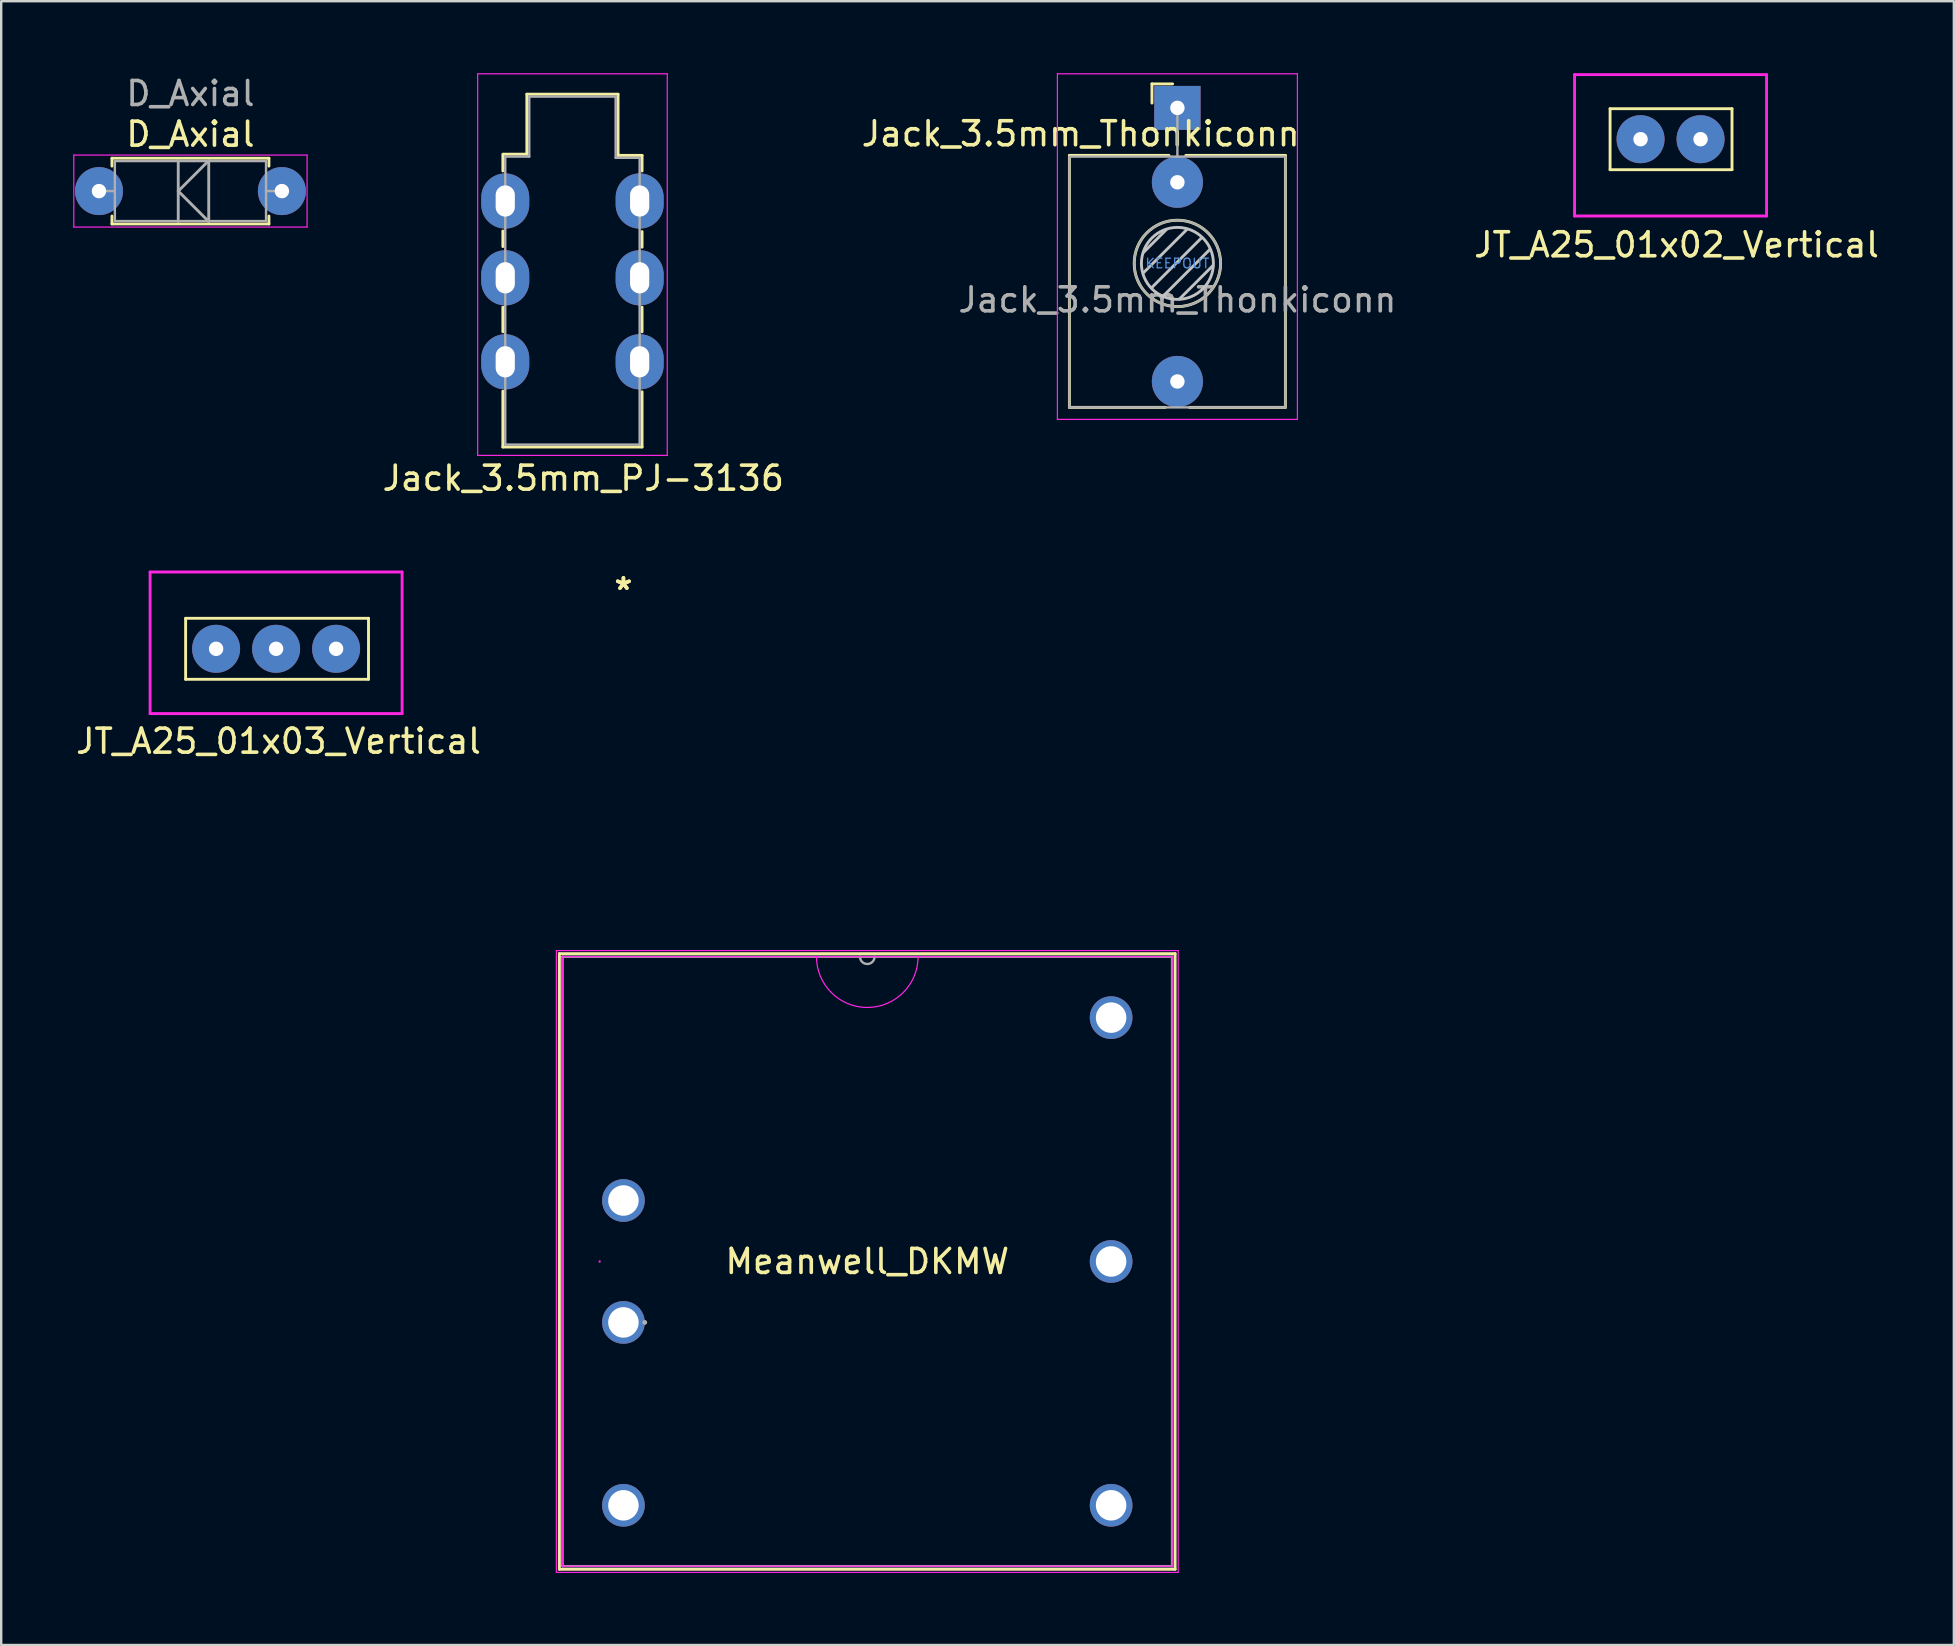
<source format=kicad_pcb>
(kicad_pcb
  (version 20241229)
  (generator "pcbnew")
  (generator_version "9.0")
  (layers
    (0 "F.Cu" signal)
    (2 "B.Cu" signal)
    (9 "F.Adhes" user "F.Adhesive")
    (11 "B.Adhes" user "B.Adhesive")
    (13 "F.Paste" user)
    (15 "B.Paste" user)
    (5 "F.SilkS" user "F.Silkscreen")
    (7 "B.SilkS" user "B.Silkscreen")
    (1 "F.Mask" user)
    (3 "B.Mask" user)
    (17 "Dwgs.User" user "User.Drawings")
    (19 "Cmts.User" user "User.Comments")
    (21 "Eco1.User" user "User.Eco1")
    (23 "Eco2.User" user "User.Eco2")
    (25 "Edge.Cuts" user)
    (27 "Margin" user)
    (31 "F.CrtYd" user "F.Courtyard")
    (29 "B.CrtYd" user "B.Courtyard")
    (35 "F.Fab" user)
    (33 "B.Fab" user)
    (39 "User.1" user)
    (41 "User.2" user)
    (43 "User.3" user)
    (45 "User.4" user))
  (footprint "D_Axial"
    (layer "F.Cu")
    (at 1.075 4.912)
    (property "Reference" "D_Axial" (at 3.81 -2.37 0) (layer "F.SilkS") (effects (font (size 1 1) (thickness 0.15))))
    (attr through_hole)
    (fp_line (start 0.54 -1.37) (end 7.08 -1.37) (stroke (width 0.12) (type solid)) (layer "F.SilkS"))
    (fp_line (start 0.54 -1.04) (end 0.54 -1.37) (stroke (width 0.12) (type solid)) (layer "F.SilkS"))
    (fp_line (start 0.54 1.04) (end 0.54 1.37) (stroke (width 0.12) (type solid)) (layer "F.SilkS"))
    (fp_line (start 0.54 1.37) (end 7.08 1.37) (stroke (width 0.12) (type solid)) (layer "F.SilkS"))
    (fp_line (start 7.08 -1.37) (end 7.08 -1.04) (stroke (width 0.12) (type solid)) (layer "F.SilkS"))
    (fp_line (start 7.08 1.37) (end 7.08 1.04) (stroke (width 0.12) (type solid)) (layer "F.SilkS"))
    (fp_line (start -1.05 -1.5) (end -1.05 1.5) (stroke (width 0.05) (type solid)) (layer "F.CrtYd"))
    (fp_line (start -1.05 1.5) (end 8.67 1.5) (stroke (width 0.05) (type solid)) (layer "F.CrtYd"))
    (fp_line (start 8.67 -1.5) (end -1.05 -1.5) (stroke (width 0.05) (type solid)) (layer "F.CrtYd"))
    (fp_line (start 8.67 1.5) (end 8.67 -1.5) (stroke (width 0.05) (type solid)) (layer "F.CrtYd"))
    (fp_line (start 0 0) (end 0.66 0) (stroke (width 0.1) (type solid)) (layer "F.Fab"))
    (fp_line (start 0.66 -1.25) (end 0.66 1.25) (stroke (width 0.1) (type solid)) (layer "F.Fab"))
    (fp_line (start 0.66 1.25) (end 6.96 1.25) (stroke (width 0.1) (type solid)) (layer "F.Fab"))
    (fp_line (start 3.302 -1.27) (end 3.302 1.27) (stroke (width 0.12) (type solid)) (layer "F.Fab"))
    (fp_line (start 3.302 0) (end 4.572 -1.27) (stroke (width 0.12) (type solid)) (layer "F.Fab"))
    (fp_line (start 4.572 -1.27) (end 4.572 1.27) (stroke (width 0.12) (type solid)) (layer "F.Fab"))
    (fp_line (start 4.572 1.27) (end 3.302 0) (stroke (width 0.12) (type solid)) (layer "F.Fab"))
    (fp_line (start 6.96 -1.25) (end 0.66 -1.25) (stroke (width 0.1) (type solid)) (layer "F.Fab"))
    (fp_line (start 6.96 1.25) (end 6.96 -1.25) (stroke (width 0.1) (type solid)) (layer "F.Fab"))
    (fp_line (start 7.62 0) (end 6.96 0) (stroke (width 0.1) (type solid)) (layer "F.Fab"))
    (fp_text user "${REFERENCE}" (at 3.81 -4.064 0) (layer "F.Fab") (effects (font (size 1 1) (thickness 0.15))))
    (pad "1" thru_hole circle (at 0 0) (size 2 2) (drill 0.6) (layers "*.Cu" "*.Mask"))
    (pad "2" thru_hole oval (at 7.62 0) (size 2 2) (drill 0.6) (layers "*.Cu" "*.Mask")))
  (footprint "Jack_3.5mm_PJ-3136"
    (layer "F.Cu")
    (at 18.002 12.025)
    (property "Reference" "Jack_3.5mm_PJ-3136" (at 3.25 4.85 0) (unlocked yes) (layer "F.SilkS") (effects (font (size 1 1) (thickness 0.15))))
    (attr through_hole)
    (fp_line (start -0.1 -8.65) (end -0.1 -7.95) (stroke (width 0.12) (type solid)) (layer "F.SilkS"))
    (fp_line (start -0.1 -5.45) (end -0.1 -4.8) (stroke (width 0.12) (type solid)) (layer "F.SilkS"))
    (fp_line (start -0.1 -2.275) (end -0.1 -1.25) (stroke (width 0.12) (type solid)) (layer "F.SilkS"))
    (fp_line (start -0.1 1.225) (end -0.1 3.55) (stroke (width 0.12) (type solid)) (layer "F.SilkS"))
    (fp_line (start -0.1 3.55) (end 5.7 3.55) (stroke (width 0.12) (type solid)) (layer "F.SilkS"))
    (fp_line (start 0.9 -11.15) (end 0.9 -8.65) (stroke (width 0.12) (type solid)) (layer "F.SilkS"))
    (fp_line (start 0.9 -11.15) (end 4.7 -11.15) (stroke (width 0.12) (type solid)) (layer "F.SilkS"))
    (fp_line (start 0.9 -8.65) (end -0.075 -8.65) (stroke (width 0.12) (type solid)) (layer "F.SilkS"))
    (fp_line (start 4.7 -11.15) (end 4.7 -8.6) (stroke (width 0.12) (type solid)) (layer "F.SilkS"))
    (fp_line (start 4.7 -8.6) (end 5.7 -8.6) (stroke (width 0.12) (type solid)) (layer "F.SilkS"))
    (fp_line (start 5.7 -8.6) (end 5.7 -7.95) (stroke (width 0.12) (type solid)) (layer "F.SilkS"))
    (fp_line (start 5.7 -5.425) (end 5.7 -4.775) (stroke (width 0.12) (type solid)) (layer "F.SilkS"))
    (fp_line (start 5.7 -2.275) (end 5.7 -1.25) (stroke (width 0.12) (type solid)) (layer "F.SilkS"))
    (fp_line (start 5.7 1.25) (end 5.7 3.55) (stroke (width 0.12) (type solid)) (layer "F.SilkS"))
    (fp_line (start -1.15 -12) (end 6.75 -12) (stroke (width 0.05) (type solid)) (layer "F.CrtYd"))
    (fp_line (start -1.15 3.9) (end -1.15 -12) (stroke (width 0.05) (type solid)) (layer "F.CrtYd"))
    (fp_line (start -1.15 3.9) (end 6.75 3.9) (stroke (width 0.05) (type solid)) (layer "F.CrtYd"))
    (fp_line (start 6.75 -12) (end 6.75 3.9) (stroke (width 0.05) (type solid)) (layer "F.CrtYd"))
    (fp_line (start 0 -8.55) (end 1 -8.55) (stroke (width 0.1) (type solid)) (layer "F.Fab"))
    (fp_line (start 0 3.45) (end 0 -8.55) (stroke (width 0.1) (type solid)) (layer "F.Fab"))
    (fp_line (start 0 3.45) (end 5.6 3.45) (stroke (width 0.1) (type solid)) (layer "F.Fab"))
    (fp_line (start 1 -11.05) (end 1 -8.55) (stroke (width 0.1) (type solid)) (layer "F.Fab"))
    (fp_line (start 1 -11.05) (end 4.6 -11.05) (stroke (width 0.1) (type solid)) (layer "F.Fab"))
    (fp_line (start 4.6 -8.5) (end 4.6 -11.05) (stroke (width 0.1) (type solid)) (layer "F.Fab"))
    (fp_line (start 4.6 -8.5) (end 5.6 -8.5) (stroke (width 0.1) (type solid)) (layer "F.Fab"))
    (fp_line (start 5.6 -8.5) (end 5.6 3.45) (stroke (width 0.1) (type solid)) (layer "F.Fab"))
    (pad "R" thru_hole oval (at 0 -6.7) (size 2 2.3) (drill oval 0.8 1.3) (layers "*.Cu" "*.Mask"))
    (pad "R" thru_hole oval (at 5.6 -6.7) (size 2 2.3) (drill oval 0.8 1.3) (layers "*.Cu" "*.Mask"))
    (pad "S" thru_hole oval (at 0 0) (size 2 2.3) (drill oval 0.8 1.3) (layers "*.Cu" "*.Mask"))
    (pad "S" thru_hole oval (at 5.6 0) (size 2 2.3) (drill oval 0.8 1.3) (layers "*.Cu" "*.Mask"))
    (pad "T" thru_hole oval (at 0 -3.5) (size 2 2.3) (drill oval 0.8 1.3) (layers "*.Cu" "*.Mask"))
    (pad "T" thru_hole oval (at 5.6 -3.5) (size 2 2.3) (drill oval 0.8 1.3) (layers "*.Cu" "*.Mask")))
  (footprint "JT_A25_01x03_Vertical"
    (layer "F.Cu")
    (at 5.954 23.983)
    (property "Reference" "JT_A25_01x03_Vertical" (at 2.6 3.85 0) (layer "F.SilkS") (effects (font (size 1 1) (thickness 0.15))))
    (attr through_hole)
    (fp_line (start -1.27 -1.27) (end 6.35 -1.27) (stroke (width 0.12) (type solid)) (layer "F.SilkS"))
    (fp_line (start -1.27 1.27) (end -1.27 -1.27) (stroke (width 0.12) (type solid)) (layer "F.SilkS"))
    (fp_line (start 6.35 -1.27) (end 6.35 1.27) (stroke (width 0.12) (type solid)) (layer "F.SilkS"))
    (fp_line (start 6.35 1.27) (end -1.27 1.27) (stroke (width 0.12) (type solid)) (layer "F.SilkS"))
    (fp_line (start -2.75 -3.2) (end -2.75 2.7) (stroke (width 0.12) (type solid)) (layer "F.CrtYd"))
    (fp_line (start -2.75 2.7) (end 7.75 2.7) (stroke (width 0.12) (type solid)) (layer "F.CrtYd"))
    (fp_line (start 7.75 -3.2) (end -2.75 -3.2) (stroke (width 0.12) (type solid)) (layer "F.CrtYd"))
    (fp_line (start 7.75 -3.2) (end 7.75 2.7) (stroke (width 0.12) (type solid)) (layer "F.CrtYd"))
    (pad "1" thru_hole circle (at 0 0) (size 2 2) (drill 0.6) (layers "*.Cu" "*.Mask"))
    (pad "2" thru_hole circle (at 2.5 0) (size 2 2) (drill 0.6) (layers "*.Cu" "*.Mask"))
    (pad "3" thru_hole circle (at 5 0) (size 2 2) (drill 0.6) (layers "*.Cu" "*.Mask")))
  (footprint "JT_A25_01x02_Vertical"
    (layer "F.Cu")
    (at 65.306 2.75)
    (property "Reference" "JT_A25_01x02_Vertical" (at 1.5 4.4 0) (layer "F.SilkS") (effects (font (size 1 1) (thickness 0.15))))
    (attr through_hole)
    (fp_line (start -1.27 -1.27) (end 3.81 -1.27) (stroke (width 0.12) (type solid)) (layer "F.SilkS"))
    (fp_line (start -1.27 1.27) (end -1.27 -1.27) (stroke (width 0.12) (type solid)) (layer "F.SilkS"))
    (fp_line (start 3.81 -1.27) (end 3.81 1.27) (stroke (width 0.12) (type solid)) (layer "F.SilkS"))
    (fp_line (start 3.81 1.27) (end -1.27 1.27) (stroke (width 0.12) (type solid)) (layer "F.SilkS"))
    (fp_line (start -2.75 -2.69) (end -2.75 3.2) (stroke (width 0.12) (type solid)) (layer "F.CrtYd"))
    (fp_line (start -2.75 3.2) (end 5.25 3.2) (stroke (width 0.12) (type solid)) (layer "F.CrtYd"))
    (fp_line (start 5.25 -2.69) (end -2.75 -2.69) (stroke (width 0.12) (type solid)) (layer "F.CrtYd"))
    (fp_line (start 5.25 3.2) (end 5.25 -2.69) (stroke (width 0.12) (type solid)) (layer "F.CrtYd"))
    (pad "1" thru_hole circle (at 0 0) (size 2 2) (drill 0.6) (layers "*.Cu" "*.Mask"))
    (pad "2" thru_hole circle (at 2.5 0) (size 2 2) (drill 0.6) (layers "*.Cu" "*.Mask")))
  (footprint "Jack_3.5mm_Thonkiconn"
    (layer "F.Cu")
    (at 46.008 1.445)
    (property "Reference" "Jack_3.5mm_Thonkiconn" (at -4.03 1.08 180) (layer "F.SilkS") (effects (font (size 1 1) (thickness 0.15))))
    (attr through_hole)
    (fp_line (start -4.5 1.98) (end -4.5 12.48) (stroke (width 0.12) (type solid)) (layer "F.SilkS"))
    (fp_line (start -1.06 -1) (end -1.06 -0.2) (stroke (width 0.12) (type solid)) (layer "F.SilkS"))
    (fp_line (start -1.06 -1) (end -0.2 -1) (stroke (width 0.12) (type solid)) (layer "F.SilkS"))
    (fp_line (start -0.5 12.48) (end -4.5 12.48) (stroke (width 0.12) (type solid)) (layer "F.SilkS"))
    (fp_line (start -0.35 1.98) (end -4.5 1.98) (stroke (width 0.12) (type solid)) (layer "F.SilkS"))
    (fp_line (start 4.5 1.98) (end 0.35 1.98) (stroke (width 0.12) (type solid)) (layer "F.SilkS"))
    (fp_line (start 4.5 1.98) (end 4.5 12.48) (stroke (width 0.12) (type solid)) (layer "F.SilkS"))
    (fp_line (start 4.5 12.48) (end 0.5 12.48) (stroke (width 0.12) (type solid)) (layer "F.SilkS"))
    (fp_circle (center 0 6.48) (end 1.8 6.48) (stroke (width 0.12) (type solid)) (fill no) (layer "F.SilkS"))
    (fp_line (start -1.42 6.875) (end 0.4 5.06) (stroke (width 0.12) (type solid)) (layer "Dwgs.User"))
    (fp_line (start -1.41 6.02) (end -0.46 5.07) (stroke (width 0.12) (type solid)) (layer "Dwgs.User"))
    (fp_line (start -1.07 7.49) (end 1.01 5.41) (stroke (width 0.12) (type solid)) (layer "Dwgs.User"))
    (fp_line (start -0.58 7.83) (end 1.36 5.89) (stroke (width 0.12) (type solid)) (layer "Dwgs.User"))
    (fp_line (start 0.09 7.96) (end 1.48 6.57) (stroke (width 0.12) (type solid)) (layer "Dwgs.User"))
    (fp_circle (center 0 6.48) (end 1.5 6.48) (stroke (width 0.12) (type solid)) (fill no) (layer "Dwgs.User"))
    (fp_line (start -5 12.98) (end -5 -1.42) (stroke (width 0.05) (type solid)) (layer "F.CrtYd"))
    (fp_line (start 5 -1.42) (end -5 -1.42) (stroke (width 0.05) (type solid)) (layer "F.CrtYd"))
    (fp_line (start 5 12.98) (end -5 12.98) (stroke (width 0.05) (type solid)) (layer "F.CrtYd"))
    (fp_line (start 5 12.98) (end 5 -1.42) (stroke (width 0.05) (type solid)) (layer "F.CrtYd"))
    (fp_line (start -4.5 12.48) (end -4.5 2.08) (stroke (width 0.1) (type solid)) (layer "F.Fab"))
    (fp_line (start 0 0) (end 0 2.03) (stroke (width 0.1) (type solid)) (layer "F.Fab"))
    (fp_line (start 4.5 2.03) (end -4.5 2.03) (stroke (width 0.1) (type solid)) (layer "F.Fab"))
    (fp_line (start 4.5 12.48) (end -4.5 12.48) (stroke (width 0.1) (type solid)) (layer "F.Fab"))
    (fp_line (start 4.5 12.48) (end 4.5 2.08) (stroke (width 0.1) (type solid)) (layer "F.Fab"))
    (fp_circle (center 0 6.48) (end 1.8 6.48) (stroke (width 0.1) (type solid)) (fill no) (layer "F.Fab"))
    (fp_text user "KEEPOUT" (at 0 6.48 0) (layer "Cmts.User") (effects (font (size 0.4 0.4) (thickness 0.051))))
    (fp_text user "${REFERENCE}" (at 0 8 180) (layer "F.Fab") (effects (font (size 1 1) (thickness 0.15))))
    (pad "G" thru_hole rect (at 0 0 180) (size 1.93 1.83) (drill 0.6) (layers "*.Cu" "*.Mask"))
    (pad "T" thru_hole circle (at 0 11.4 180) (size 2.13 2.13) (drill 0.6) (layers "*.Cu" "*.Mask"))
    (pad "TN" thru_hole circle (at 0 3.1 180) (size 2.13 2.13) (drill 0.6) (layers "*.Cu" "*.Mask")))
  (footprint "Meanwell_DKMW"
    (layer "F.Cu")
    (at 22.926 52.051)
    (property "Reference" "Meanwell_DKMW" (at 10.16 -2.54 0) (layer "F.SilkS") (effects (font (size 1 1) (thickness 0.15))))
    (attr through_hole)
    (fp_line (start -2.667 -15.367) (end -2.667 10.287) (stroke (width 0.12) (type solid)) (layer "F.SilkS"))
    (fp_line (start -2.667 10.287) (end 22.987 10.287) (stroke (width 0.12) (type solid)) (layer "F.SilkS"))
    (fp_line (start 22.987 -15.367) (end -2.667 -15.367) (stroke (width 0.12) (type solid)) (layer "F.SilkS"))
    (fp_line (start 22.987 10.287) (end 22.987 -15.367) (stroke (width 0.12) (type solid)) (layer "F.SilkS"))
    (fp_line (start -2.794 -15.494) (end 23.114 -15.494) (stroke (width 0.05) (type solid)) (layer "F.CrtYd"))
    (fp_line (start -2.794 10.414) (end -2.794 -15.494) (stroke (width 0.05) (type solid)) (layer "F.CrtYd"))
    (fp_line (start -2.54 -15.24) (end 22.86 -15.24) (stroke (width 0.05) (type solid)) (layer "F.CrtYd"))
    (fp_line (start -2.54 10.16) (end -2.54 -15.24) (stroke (width 0.05) (type solid)) (layer "F.CrtYd"))
    (fp_line (start 22.86 -15.24) (end 22.86 10.16) (stroke (width 0.05) (type solid)) (layer "F.CrtYd"))
    (fp_line (start 22.86 10.16) (end -2.54 10.16) (stroke (width 0.05) (type solid)) (layer "F.CrtYd"))
    (fp_line (start 23.114 -15.494) (end 23.114 10.414) (stroke (width 0.05) (type solid)) (layer "F.CrtYd"))
    (fp_line (start 23.114 10.414) (end -2.794 10.414) (stroke (width 0.05) (type solid)) (layer "F.CrtYd"))
    (fp_arc (start 12.276667 -15.24) (mid 10.16 -13.123333) (end 8.043333 -15.24) (stroke (width 0.05) (type solid)) (layer "F.CrtYd"))
    (fp_circle (center -0.991 -2.54) (end -0.991 -2.54) (stroke (width 0.05) (type solid)) (fill no) (layer "F.CrtYd"))
    (fp_line (start -2.54 -15.24) (end -2.54 10.16) (stroke (width 0.1) (type solid)) (layer "F.Fab"))
    (fp_line (start -2.54 10.16) (end 22.86 10.16) (stroke (width 0.1) (type solid)) (layer "F.Fab"))
    (fp_line (start 22.86 -15.24) (end -2.54 -15.24) (stroke (width 0.1) (type solid)) (layer "F.Fab"))
    (fp_line (start 22.86 10.16) (end 22.86 -15.24) (stroke (width 0.1) (type solid)) (layer "F.Fab"))
    (fp_arc (start 10.4648 -15.24) (mid 10.16 -14.9352) (end 9.8552 -15.24) (stroke (width 0.1) (type solid)) (layer "F.Fab"))
    (fp_circle (center 0.889 0) (end 0.889 0) (stroke (width 0.1) (type solid)) (fill no) (layer "F.Fab"))
    (fp_text user "*" (at 0 -30.48 0) (layer "F.SilkS") (effects (font (size 1 1) (thickness 0.15))))
    (fp_text user "*" (at 0 -30.48 0) (layer "F.SilkS") (effects (font (size 1 1) (thickness 0.15))))
    (fp_text user "Copyright 2021 Accelerated Designs. All rights reserved." (at 0 0 0) (layer "Cmts.User") (effects (font (size 0.127 0.127) (thickness 0.002))))
    (fp_text user "*" (at 0 0 0) (layer "F.Fab") (effects (font (size 1 1) (thickness 0.15))))
    (fp_text user "*" (at 0 0 0) (layer "F.Fab") (effects (font (size 1 1) (thickness 0.15))))
    (pad "1" thru_hole circle (at 0 0) (size 1.778 1.778) (drill 1.27) (layers "*.Cu" "*.Mask"))
    (pad "2" thru_hole circle (at 0 -5.08) (size 1.778 1.778) (drill 1.27) (layers "*.Cu" "*.Mask"))
    (pad "3" thru_hole circle (at 20.32 -12.7) (size 1.778 1.778) (drill 1.27) (layers "*.Cu" "*.Mask"))
    (pad "4" thru_hole circle (at 20.32 -2.54) (size 1.778 1.778) (drill 1.27) (layers "*.Cu" "*.Mask"))
    (pad "5" thru_hole circle (at 20.32 7.62) (size 1.778 1.778) (drill 1.27) (layers "*.Cu" "*.Mask"))
    (pad "6" thru_hole circle (at 0 7.62) (size 1.778 1.778) (drill 1.27) (layers "*.Cu" "*.Mask")))
  (gr_rect
    (start -3 -3)
    (end 78.36 65.49)
    (stroke (width 0.1) (type default))
    (fill no)
    (layer "Edge.Cuts")))
</source>
